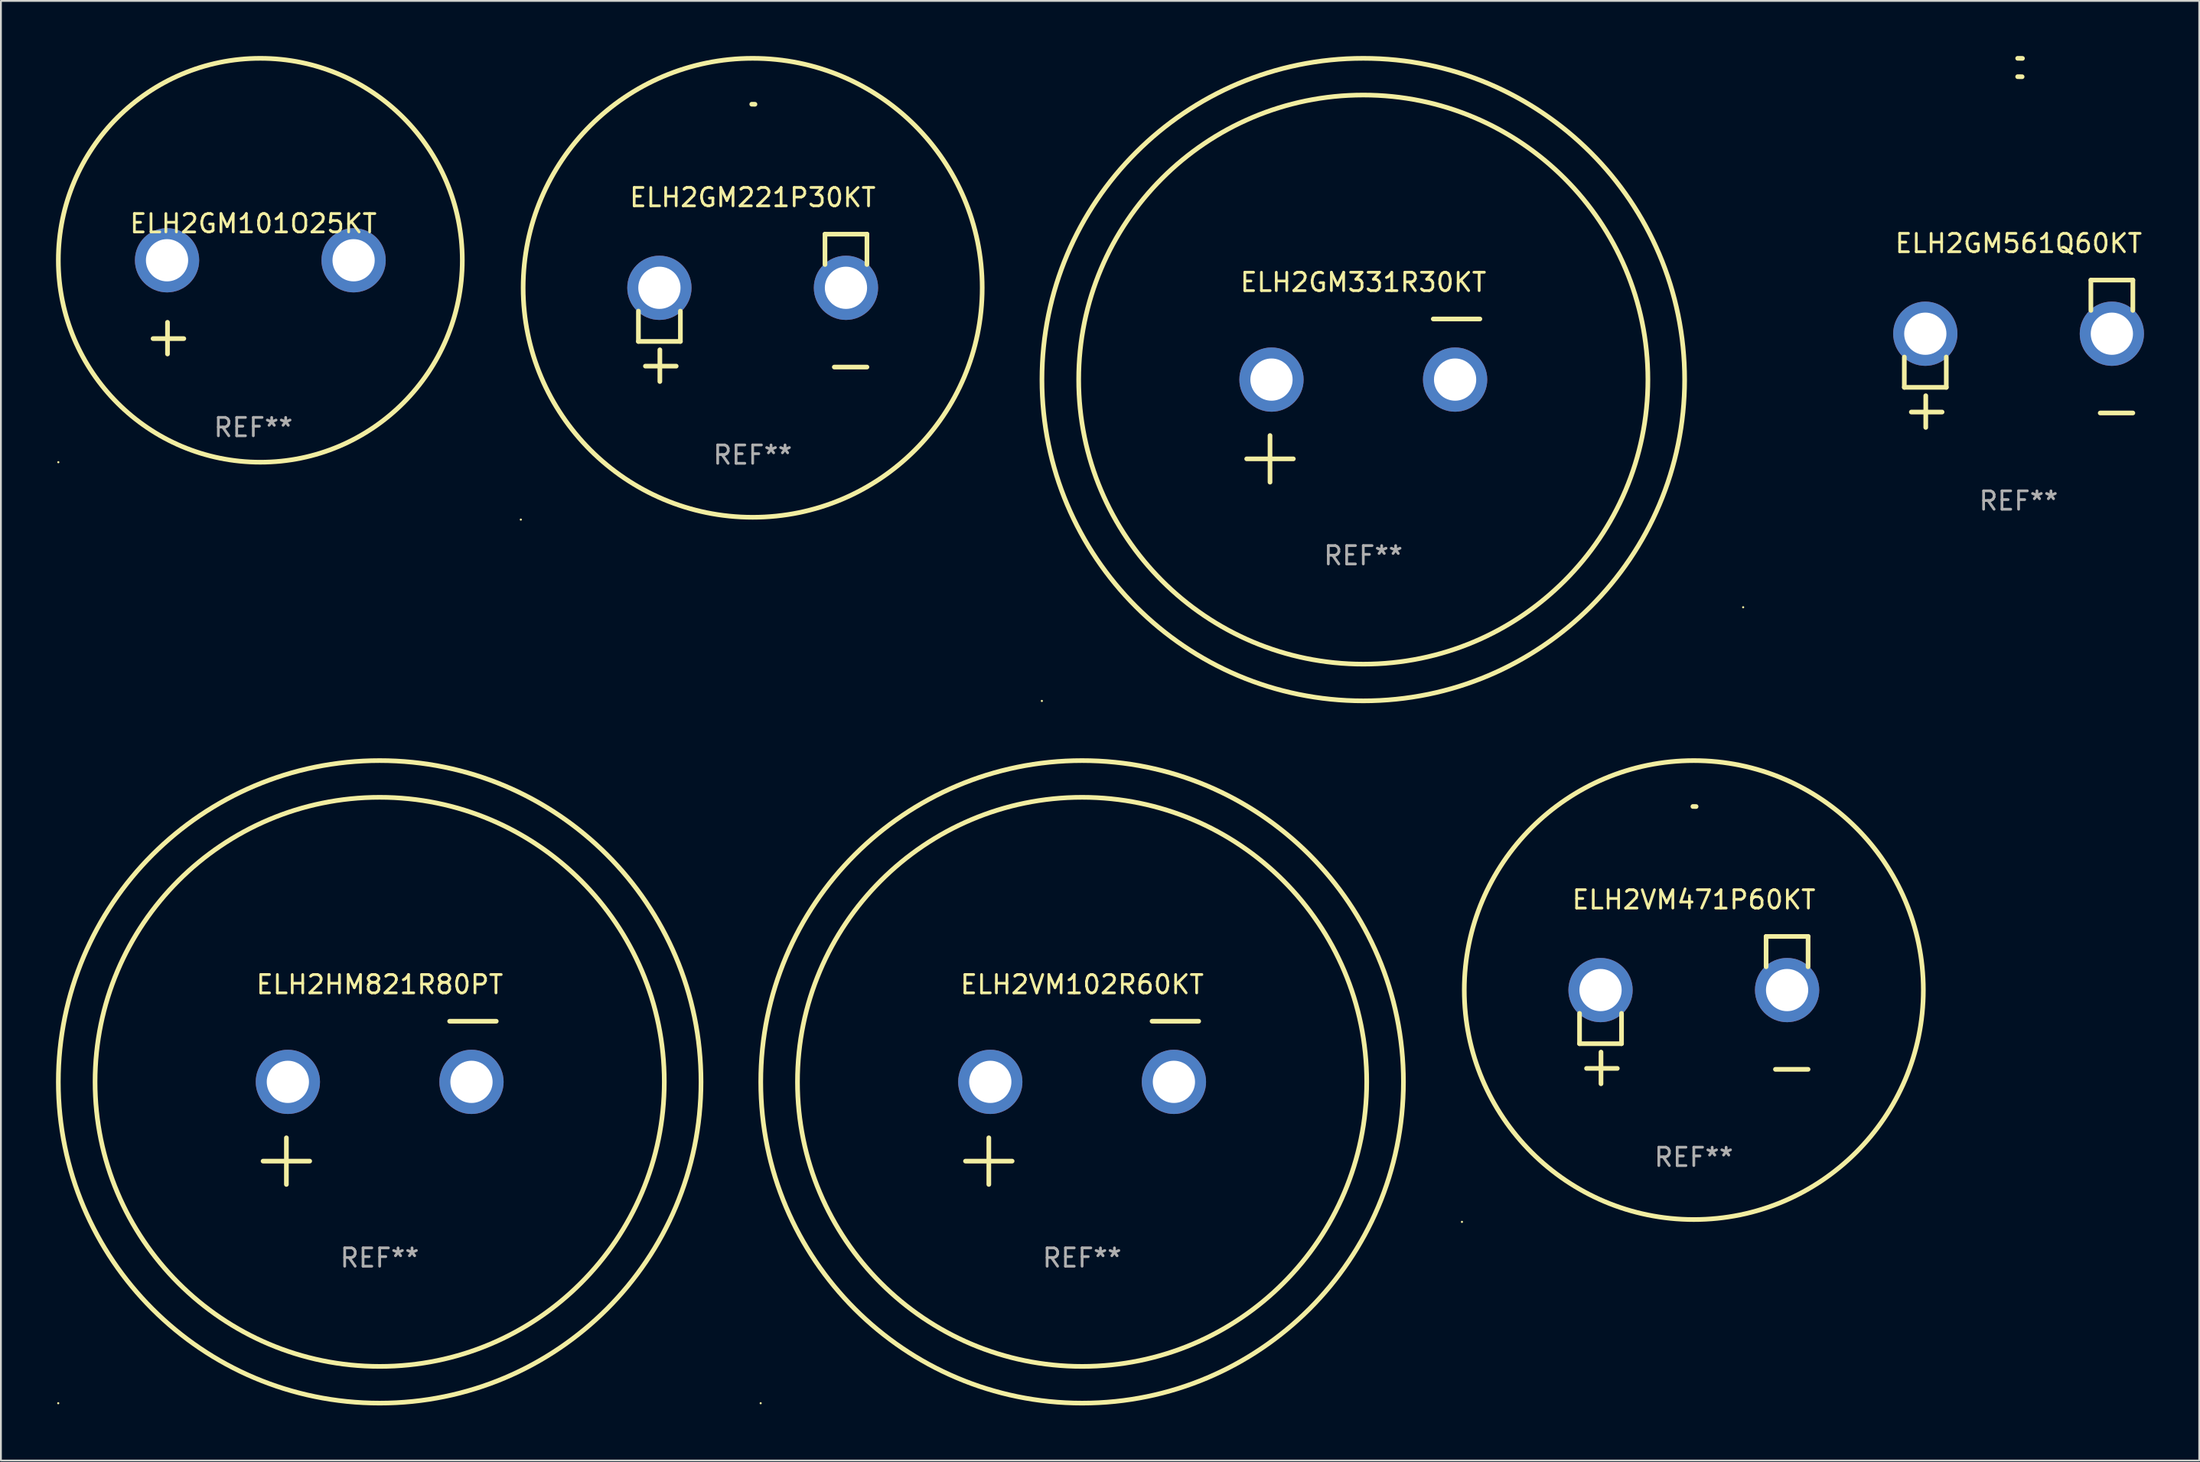
<source format=kicad_pcb>
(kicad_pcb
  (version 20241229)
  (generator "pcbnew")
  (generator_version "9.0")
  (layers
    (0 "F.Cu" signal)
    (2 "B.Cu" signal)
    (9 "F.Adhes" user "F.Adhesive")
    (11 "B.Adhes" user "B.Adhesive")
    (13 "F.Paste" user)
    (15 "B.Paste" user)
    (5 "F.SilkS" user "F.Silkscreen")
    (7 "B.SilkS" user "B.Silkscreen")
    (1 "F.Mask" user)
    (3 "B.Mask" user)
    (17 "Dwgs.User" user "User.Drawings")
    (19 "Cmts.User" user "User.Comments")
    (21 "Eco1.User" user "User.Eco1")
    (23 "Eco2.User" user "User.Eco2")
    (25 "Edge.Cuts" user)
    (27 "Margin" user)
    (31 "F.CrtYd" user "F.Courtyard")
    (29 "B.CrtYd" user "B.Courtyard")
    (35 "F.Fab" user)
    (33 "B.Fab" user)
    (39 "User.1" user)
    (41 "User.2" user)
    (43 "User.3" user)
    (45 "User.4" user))
  (footprint "ELH2GM221P30KT"
    (layer "F.Cu")
    (at 37.941 13.719)
    (property "Reference" "ELH2GM221P30KT" (at 0 -6.013 0) (layer "F.SilkS") (effects (font (size 1 1) (thickness 0.15))))
    (attr through_hole)
    (fp_line (start -6.223 0.178) (end -6.223 1.829) (stroke (width 0.254) (type solid)) (layer "F.SilkS"))
    (fp_line (start -6.223 1.829) (end -3.937 1.829) (stroke (width 0.254) (type solid)) (layer "F.SilkS"))
    (fp_line (start -5.055 4.013) (end -5.055 2.286) (stroke (width 0.254) (type solid)) (layer "F.SilkS"))
    (fp_line (start -4.166 3.175) (end -5.842 3.175) (stroke (width 0.254) (type solid)) (layer "F.SilkS"))
    (fp_line (start -3.937 1.829) (end -3.937 0.178) (stroke (width 0.254) (type solid)) (layer "F.SilkS"))
    (fp_line (start 3.937 -4.013) (end 3.937 -2.362) (stroke (width 0.254) (type solid)) (layer "F.SilkS"))
    (fp_line (start 6.223 -4.013) (end 3.937 -4.013) (stroke (width 0.254) (type solid)) (layer "F.SilkS"))
    (fp_line (start 6.223 -2.362) (end 6.223 -4.013) (stroke (width 0.254) (type solid)) (layer "F.SilkS"))
    (fp_line (start 6.223 3.226) (end 4.445 3.226) (stroke (width 0.254) (type solid)) (layer "F.SilkS"))
    (fp_arc (start -0.0508 -11.092202) (mid 0.036835 -11.091307) (end 0.12446 -11.089662) (stroke (width 0.254001) (type solid)) (layer "F.SilkS"))
    (fp_circle (center -12.627 11.535) (end -12.597 11.535) (stroke (width 0.06) (type solid)) (fill no) (layer "F.SilkS"))
    (fp_circle (center 0 -1.092) (end 12.5 -1.092) (stroke (width 0.254) (type solid)) (fill no) (layer "F.SilkS"))
    (fp_text user "REF**" (at 0 8.013 0) (layer "F.Fab") (effects (font (size 1 1) (thickness 0.15))))
    (pad "1" thru_hole circle (at -5.08 -1.092) (size 3.5 3.5) (drill 2.3) (layers "*.Cu" "*.Mask"))
    (pad "2" thru_hole circle (at 5.08 -1.092) (size 3.5 3.5) (drill 2.3) (layers "*.Cu" "*.Mask")))
  (footprint "ELH2GM561Q60KT"
    (layer "F.Cu")
    (at 106.882 16.22)
    (property "Reference" "ELH2GM561Q60KT" (at 0 -6.013 0) (layer "F.SilkS") (effects (font (size 1 1) (thickness 0.15))))
    (attr through_hole)
    (fp_line (start -6.223 0.178) (end -6.223 1.829) (stroke (width 0.254) (type solid)) (layer "F.SilkS"))
    (fp_line (start -6.223 1.829) (end -3.937 1.829) (stroke (width 0.254) (type solid)) (layer "F.SilkS"))
    (fp_line (start -5.055 4.013) (end -5.055 2.286) (stroke (width 0.254) (type solid)) (layer "F.SilkS"))
    (fp_line (start -4.166 3.175) (end -5.842 3.175) (stroke (width 0.254) (type solid)) (layer "F.SilkS"))
    (fp_line (start -3.937 1.829) (end -3.937 0.178) (stroke (width 0.254) (type solid)) (layer "F.SilkS"))
    (fp_line (start 3.937 -4.013) (end 3.937 -2.362) (stroke (width 0.254) (type solid)) (layer "F.SilkS"))
    (fp_line (start 6.223 -4.013) (end 3.937 -4.013) (stroke (width 0.254) (type solid)) (layer "F.SilkS"))
    (fp_line (start 6.223 -2.362) (end 6.223 -4.013) (stroke (width 0.254) (type solid)) (layer "F.SilkS"))
    (fp_line (start 6.223 3.226) (end 4.445 3.226) (stroke (width 0.254) (type solid)) (layer "F.SilkS"))
    (fp_arc (start -0.0508 -16.093472) (mid 0.080016 -16.092762) (end 0.210821 -16.090932) (stroke (width 0.254001) (type solid)) (layer "F.SilkS"))
    (fp_arc (start -0.0508 -15.09271) (mid 0.071125 -15.091961) (end 0.19304 -15.09017) (stroke (width 0.254001) (type solid)) (layer "F.SilkS"))
    (fp_circle (center -15 13.808) (end -14.97 13.808) (stroke (width 0.06) (type solid)) (fill no) (layer "F.SilkS"))
    (fp_text user "REF**" (at 0 8.013 0) (layer "F.Fab") (effects (font (size 1 1) (thickness 0.15))))
    (pad "1" thru_hole circle (at -5.08 -1.092) (size 3.5 3.5) (drill 2.3) (layers "*.Cu" "*.Mask"))
    (pad "2" thru_hole circle (at 5.08 -1.092) (size 3.5 3.5) (drill 2.3) (layers "*.Cu" "*.Mask")))
  (footprint "ELH2VM102R60KT"
    (layer "F.Cu")
    (at 55.881 57.024)
    (property "Reference" "ELH2VM102R60KT" (at 0 -6.445 0) (layer "F.SilkS") (effects (font (size 1 1) (thickness 0.15))))
    (attr through_hole)
    (fp_line (start -6.35 3.175) (end -3.81 3.175) (stroke (width 0.254) (type solid)) (layer "F.SilkS"))
    (fp_line (start -5.08 1.905) (end -5.08 4.445) (stroke (width 0.254) (type solid)) (layer "F.SilkS"))
    (fp_line (start 3.81 -4.445) (end 6.35 -4.445) (stroke (width 0.254) (type solid)) (layer "F.SilkS"))
    (fp_circle (center -17.505 16.362) (end -17.475 16.362) (stroke (width 0.06) (type solid)) (fill no) (layer "F.SilkS"))
    (fp_circle (center 0 -1.143) (end 15.5 -1.143) (stroke (width 0.254) (type solid)) (fill no) (layer "F.SilkS"))
    (fp_circle (center 0 -1.143) (end 17.5 -1.143) (stroke (width 0.254) (type solid)) (fill no) (layer "F.SilkS"))
    (fp_text user "REF**" (at 0 8.445 0) (layer "F.Fab") (effects (font (size 1 1) (thickness 0.15))))
    (pad "1" thru_hole circle (at -5 -1.143) (size 3.5 3.5) (drill 2.3) (layers "*.Cu" "*.Mask"))
    (pad "2" thru_hole circle (at 5 -1.143) (size 3.5 3.5) (drill 2.3) (layers "*.Cu" "*.Mask")))
  (footprint "ELH2GM101O25KT"
    (layer "F.Cu")
    (at 10.746 13.68)
    (property "Reference" "ELH2GM101O25KT" (at 0 -4.553 0) (layer "F.SilkS") (effects (font (size 1 1) (thickness 0.15))))
    (attr through_hole)
    (fp_line (start -4.674 2.553) (end -4.674 0.826) (stroke (width 0.254) (type solid)) (layer "F.SilkS"))
    (fp_line (start -3.785 1.715) (end -5.461 1.715) (stroke (width 0.254) (type solid)) (layer "F.SilkS"))
    (fp_circle (center -10.619 8.447) (end -10.589 8.447) (stroke (width 0.06) (type solid)) (fill no) (layer "F.SilkS"))
    (fp_circle (center 0.381 -2.553) (end 11.381 -2.553) (stroke (width 0.254) (type solid)) (fill no) (layer "F.SilkS"))
    (fp_text user "REF**" (at 0 6.553 0) (layer "F.Fab") (effects (font (size 1 1) (thickness 0.15))))
    (pad "1" thru_hole circle (at -4.699 -2.553) (size 3.5 3.5) (drill 2.3) (layers "*.Cu" "*.Mask"))
    (pad "2" thru_hole circle (at 5.461 -2.553) (size 3.5 3.5) (drill 2.3) (layers "*.Cu" "*.Mask")))
  (footprint "ELH2HM821R80PT"
    (layer "F.Cu")
    (at 17.627 57.024)
    (property "Reference" "ELH2HM821R80PT" (at 0 -6.445 0) (layer "F.SilkS") (effects (font (size 1 1) (thickness 0.15))))
    (attr through_hole)
    (fp_line (start -6.35 3.175) (end -3.81 3.175) (stroke (width 0.254) (type solid)) (layer "F.SilkS"))
    (fp_line (start -5.08 1.905) (end -5.08 4.445) (stroke (width 0.254) (type solid)) (layer "F.SilkS"))
    (fp_line (start 3.81 -4.445) (end 6.35 -4.445) (stroke (width 0.254) (type solid)) (layer "F.SilkS"))
    (fp_circle (center -17.505 16.362) (end -17.475 16.362) (stroke (width 0.06) (type solid)) (fill no) (layer "F.SilkS"))
    (fp_circle (center 0 -1.143) (end 15.5 -1.143) (stroke (width 0.254) (type solid)) (fill no) (layer "F.SilkS"))
    (fp_circle (center 0 -1.143) (end 17.5 -1.143) (stroke (width 0.254) (type solid)) (fill no) (layer "F.SilkS"))
    (fp_text user "REF**" (at 0 8.445 0) (layer "F.Fab") (effects (font (size 1 1) (thickness 0.15))))
    (pad "1" thru_hole circle (at -5 -1.143) (size 3.5 3.5) (drill 2.3) (layers "*.Cu" "*.Mask"))
    (pad "2" thru_hole circle (at 5 -1.143) (size 3.5 3.5) (drill 2.3) (layers "*.Cu" "*.Mask")))
  (footprint "ELH2VM471P60KT"
    (layer "F.Cu")
    (at 89.195 51.973)
    (property "Reference" "ELH2VM471P60KT" (at 0 -6.013 0) (layer "F.SilkS") (effects (font (size 1 1) (thickness 0.15))))
    (attr through_hole)
    (fp_line (start -6.223 0.178) (end -6.223 1.829) (stroke (width 0.254) (type solid)) (layer "F.SilkS"))
    (fp_line (start -6.223 1.829) (end -3.937 1.829) (stroke (width 0.254) (type solid)) (layer "F.SilkS"))
    (fp_line (start -5.055 4.013) (end -5.055 2.286) (stroke (width 0.254) (type solid)) (layer "F.SilkS"))
    (fp_line (start -4.166 3.175) (end -5.842 3.175) (stroke (width 0.254) (type solid)) (layer "F.SilkS"))
    (fp_line (start -3.937 1.829) (end -3.937 0.178) (stroke (width 0.254) (type solid)) (layer "F.SilkS"))
    (fp_line (start 3.937 -4.013) (end 3.937 -2.362) (stroke (width 0.254) (type solid)) (layer "F.SilkS"))
    (fp_line (start 6.223 -4.013) (end 3.937 -4.013) (stroke (width 0.254) (type solid)) (layer "F.SilkS"))
    (fp_line (start 6.223 -2.362) (end 6.223 -4.013) (stroke (width 0.254) (type solid)) (layer "F.SilkS"))
    (fp_line (start 6.223 3.226) (end 4.445 3.226) (stroke (width 0.254) (type solid)) (layer "F.SilkS"))
    (fp_arc (start -0.0508 -11.092202) (mid 0.036835 -11.091307) (end 0.12446 -11.089662) (stroke (width 0.254001) (type solid)) (layer "F.SilkS"))
    (fp_circle (center -12.627 11.535) (end -12.597 11.535) (stroke (width 0.06) (type solid)) (fill no) (layer "F.SilkS"))
    (fp_circle (center 0 -1.092) (end 12.5 -1.092) (stroke (width 0.254) (type solid)) (fill no) (layer "F.SilkS"))
    (fp_text user "REF**" (at 0 8.013 0) (layer "F.Fab") (effects (font (size 1 1) (thickness 0.15))))
    (pad "1" thru_hole circle (at -5.08 -1.092) (size 3.5 3.5) (drill 2.3) (layers "*.Cu" "*.Mask"))
    (pad "2" thru_hole circle (at 5.08 -1.092) (size 3.5 3.5) (drill 2.3) (layers "*.Cu" "*.Mask")))
  (footprint "ELH2GM331R30KT"
    (layer "F.Cu")
    (at 71.195 18.77)
    (property "Reference" "ELH2GM331R30KT" (at 0 -6.445 0) (layer "F.SilkS") (effects (font (size 1 1) (thickness 0.15))))
    (attr through_hole)
    (fp_line (start -6.35 3.175) (end -3.81 3.175) (stroke (width 0.254) (type solid)) (layer "F.SilkS"))
    (fp_line (start -5.08 1.905) (end -5.08 4.445) (stroke (width 0.254) (type solid)) (layer "F.SilkS"))
    (fp_line (start 3.81 -4.445) (end 6.35 -4.445) (stroke (width 0.254) (type solid)) (layer "F.SilkS"))
    (fp_circle (center -17.505 16.362) (end -17.475 16.362) (stroke (width 0.06) (type solid)) (fill no) (layer "F.SilkS"))
    (fp_circle (center 0 -1.143) (end 15.5 -1.143) (stroke (width 0.254) (type solid)) (fill no) (layer "F.SilkS"))
    (fp_circle (center 0 -1.143) (end 17.5 -1.143) (stroke (width 0.254) (type solid)) (fill no) (layer "F.SilkS"))
    (fp_text user "REF**" (at 0 8.445 0) (layer "F.Fab") (effects (font (size 1 1) (thickness 0.15))))
    (pad "1" thru_hole circle (at -5 -1.143) (size 3.5 3.5) (drill 2.3) (layers "*.Cu" "*.Mask"))
    (pad "2" thru_hole circle (at 5 -1.143) (size 3.5 3.5) (drill 2.3) (layers "*.Cu" "*.Mask")))
  (gr_rect
    (start -3 -3)
    (end 116.721 76.509)
    (stroke (width 0.1) (type default))
    (fill no)
    (layer "Edge.Cuts")))
</source>
